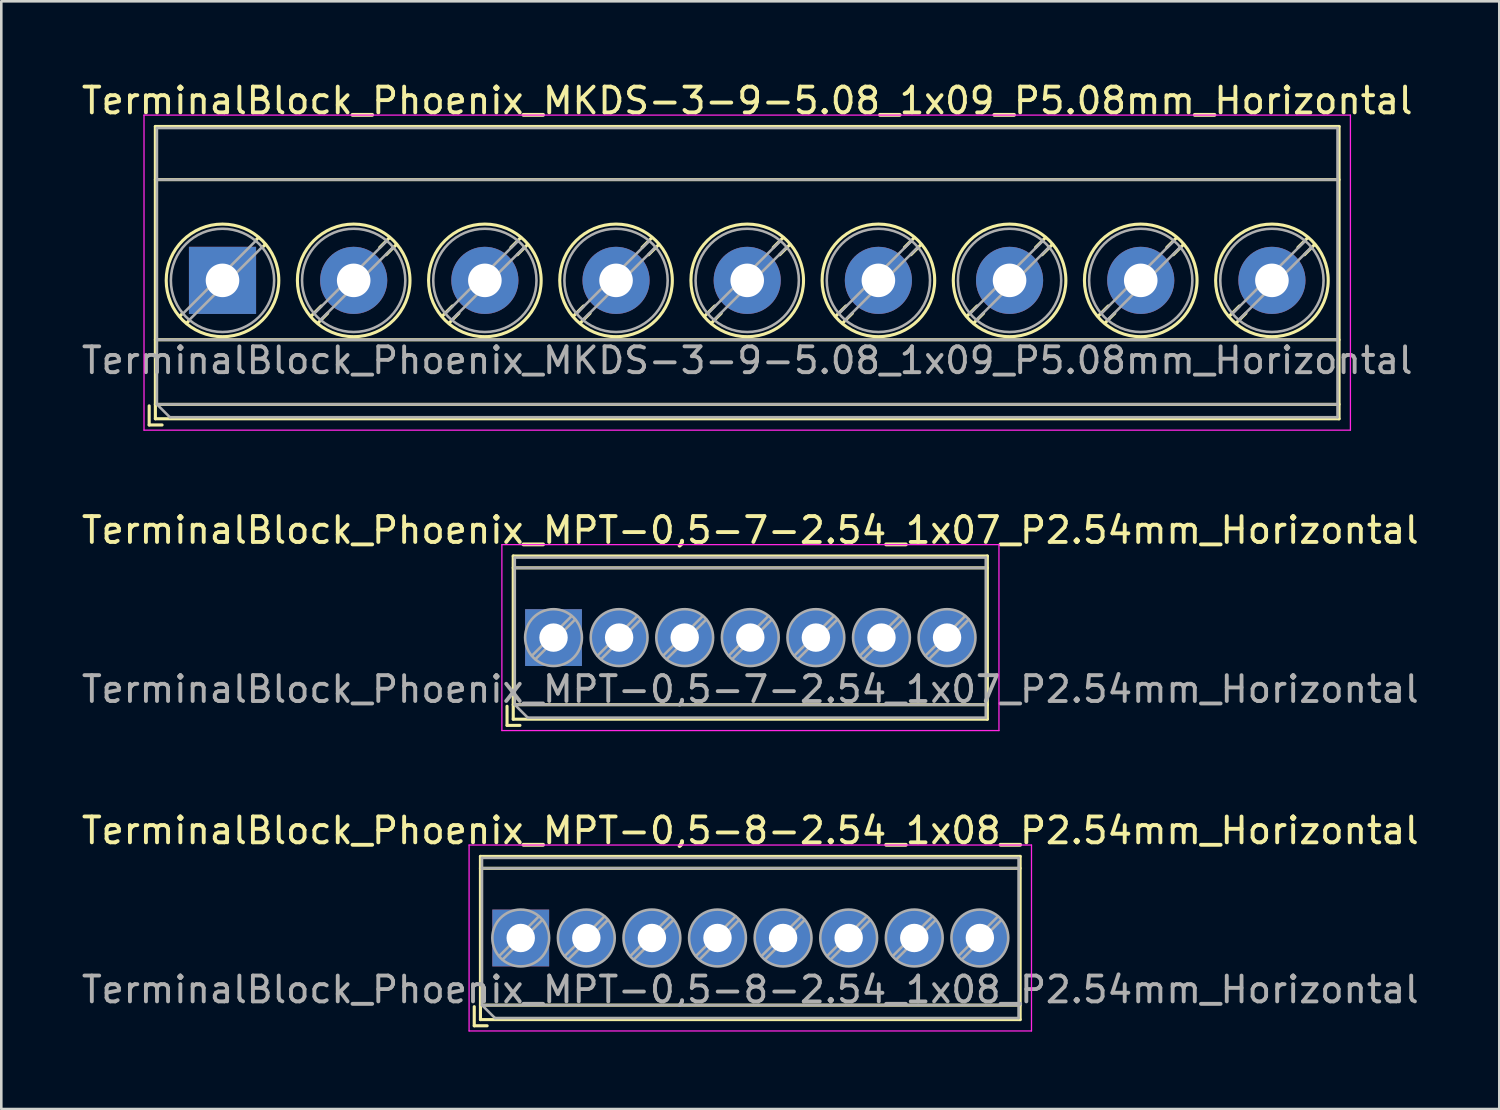
<source format=kicad_pcb>
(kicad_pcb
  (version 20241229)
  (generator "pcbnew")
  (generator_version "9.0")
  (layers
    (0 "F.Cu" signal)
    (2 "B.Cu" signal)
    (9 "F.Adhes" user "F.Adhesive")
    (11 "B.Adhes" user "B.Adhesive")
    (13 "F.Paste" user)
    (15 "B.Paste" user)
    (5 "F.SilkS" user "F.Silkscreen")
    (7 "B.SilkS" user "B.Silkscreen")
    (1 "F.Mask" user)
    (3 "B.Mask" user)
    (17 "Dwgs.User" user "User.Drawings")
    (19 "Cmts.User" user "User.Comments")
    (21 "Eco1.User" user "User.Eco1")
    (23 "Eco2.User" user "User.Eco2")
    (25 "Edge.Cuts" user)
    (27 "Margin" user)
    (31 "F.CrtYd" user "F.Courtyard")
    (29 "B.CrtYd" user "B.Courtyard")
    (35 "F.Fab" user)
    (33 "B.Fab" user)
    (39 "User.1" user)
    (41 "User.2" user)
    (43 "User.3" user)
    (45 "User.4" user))
  (footprint "TerminalBlock_Phoenix_MKDS-3-9-5.08_1x09_P5.08mm_Horizontal"
    (layer "F.Cu")
    (at 5.567 7.808)
    (property "Reference" "TerminalBlock_Phoenix_MKDS-3-9-5.08_1x09_P5.08mm_Horizontal" (at 20.32 -6.96 0) (layer "F.SilkS") (effects (font (size 1 1) (thickness 0.15))))
    (attr through_hole)
    (fp_line (start -2.84 4.86) (end -2.84 5.6) (stroke (width 0.12) (type solid)) (layer "F.SilkS"))
    (fp_line (start -2.84 5.6) (end -2.34 5.6) (stroke (width 0.12) (type solid)) (layer "F.SilkS"))
    (fp_line (start -2.6 -5.96) (end -2.6 5.36) (stroke (width 0.12) (type solid)) (layer "F.SilkS"))
    (fp_line (start -2.6 -5.96) (end 43.24 -5.96) (stroke (width 0.12) (type solid)) (layer "F.SilkS"))
    (fp_line (start -2.6 -3.9) (end 43.24 -3.9) (stroke (width 0.12) (type solid)) (layer "F.SilkS"))
    (fp_line (start -2.6 2.3) (end 43.24 2.3) (stroke (width 0.12) (type solid)) (layer "F.SilkS"))
    (fp_line (start -2.6 4.8) (end 43.24 4.8) (stroke (width 0.12) (type solid)) (layer "F.SilkS"))
    (fp_line (start -2.6 5.36) (end 43.24 5.36) (stroke (width 0.12) (type solid)) (layer "F.SilkS"))
    (fp_line (start -1.548 1.281) (end -1.654 1.388) (stroke (width 0.12) (type solid)) (layer "F.SilkS"))
    (fp_line (start -1.282 1.547) (end -1.388 1.654) (stroke (width 0.12) (type solid)) (layer "F.SilkS"))
    (fp_line (start 1.388 -1.654) (end 1.281 -1.547) (stroke (width 0.12) (type solid)) (layer "F.SilkS"))
    (fp_line (start 1.654 -1.388) (end 1.547 -1.281) (stroke (width 0.12) (type solid)) (layer "F.SilkS"))
    (fp_line (start 3.822 0.992) (end 3.427 1.388) (stroke (width 0.12) (type solid)) (layer "F.SilkS"))
    (fp_line (start 4.073 1.274) (end 3.693 1.654) (stroke (width 0.12) (type solid)) (layer "F.SilkS"))
    (fp_line (start 6.468 -1.654) (end 6.088 -1.274) (stroke (width 0.12) (type solid)) (layer "F.SilkS"))
    (fp_line (start 6.734 -1.388) (end 6.339 -0.992) (stroke (width 0.12) (type solid)) (layer "F.SilkS"))
    (fp_line (start 8.902 0.992) (end 8.507 1.388) (stroke (width 0.12) (type solid)) (layer "F.SilkS"))
    (fp_line (start 9.153 1.274) (end 8.773 1.654) (stroke (width 0.12) (type solid)) (layer "F.SilkS"))
    (fp_line (start 11.548 -1.654) (end 11.168 -1.274) (stroke (width 0.12) (type solid)) (layer "F.SilkS"))
    (fp_line (start 11.814 -1.388) (end 11.419 -0.992) (stroke (width 0.12) (type solid)) (layer "F.SilkS"))
    (fp_line (start 13.982 0.992) (end 13.587 1.388) (stroke (width 0.12) (type solid)) (layer "F.SilkS"))
    (fp_line (start 14.233 1.274) (end 13.853 1.654) (stroke (width 0.12) (type solid)) (layer "F.SilkS"))
    (fp_line (start 16.628 -1.654) (end 16.248 -1.274) (stroke (width 0.12) (type solid)) (layer "F.SilkS"))
    (fp_line (start 16.894 -1.388) (end 16.499 -0.992) (stroke (width 0.12) (type solid)) (layer "F.SilkS"))
    (fp_line (start 19.062 0.992) (end 18.667 1.388) (stroke (width 0.12) (type solid)) (layer "F.SilkS"))
    (fp_line (start 19.313 1.274) (end 18.933 1.654) (stroke (width 0.12) (type solid)) (layer "F.SilkS"))
    (fp_line (start 21.708 -1.654) (end 21.328 -1.274) (stroke (width 0.12) (type solid)) (layer "F.SilkS"))
    (fp_line (start 21.974 -1.388) (end 21.579 -0.992) (stroke (width 0.12) (type solid)) (layer "F.SilkS"))
    (fp_line (start 24.142 0.992) (end 23.747 1.388) (stroke (width 0.12) (type solid)) (layer "F.SilkS"))
    (fp_line (start 24.393 1.274) (end 24.013 1.654) (stroke (width 0.12) (type solid)) (layer "F.SilkS"))
    (fp_line (start 26.788 -1.654) (end 26.408 -1.274) (stroke (width 0.12) (type solid)) (layer "F.SilkS"))
    (fp_line (start 27.054 -1.388) (end 26.659 -0.992) (stroke (width 0.12) (type solid)) (layer "F.SilkS"))
    (fp_line (start 29.222 0.992) (end 28.827 1.388) (stroke (width 0.12) (type solid)) (layer "F.SilkS"))
    (fp_line (start 29.473 1.274) (end 29.093 1.654) (stroke (width 0.12) (type solid)) (layer "F.SilkS"))
    (fp_line (start 31.868 -1.654) (end 31.488 -1.274) (stroke (width 0.12) (type solid)) (layer "F.SilkS"))
    (fp_line (start 32.134 -1.388) (end 31.739 -0.992) (stroke (width 0.12) (type solid)) (layer "F.SilkS"))
    (fp_line (start 34.302 0.992) (end 33.907 1.388) (stroke (width 0.12) (type solid)) (layer "F.SilkS"))
    (fp_line (start 34.553 1.274) (end 34.173 1.654) (stroke (width 0.12) (type solid)) (layer "F.SilkS"))
    (fp_line (start 36.948 -1.654) (end 36.568 -1.274) (stroke (width 0.12) (type solid)) (layer "F.SilkS"))
    (fp_line (start 37.214 -1.388) (end 36.819 -0.992) (stroke (width 0.12) (type solid)) (layer "F.SilkS"))
    (fp_line (start 39.382 0.992) (end 38.987 1.388) (stroke (width 0.12) (type solid)) (layer "F.SilkS"))
    (fp_line (start 39.633 1.274) (end 39.253 1.654) (stroke (width 0.12) (type solid)) (layer "F.SilkS"))
    (fp_line (start 42.028 -1.654) (end 41.648 -1.274) (stroke (width 0.12) (type solid)) (layer "F.SilkS"))
    (fp_line (start 42.294 -1.388) (end 41.899 -0.992) (stroke (width 0.12) (type solid)) (layer "F.SilkS"))
    (fp_line (start 43.24 -5.96) (end 43.24 5.36) (stroke (width 0.12) (type solid)) (layer "F.SilkS"))
    (fp_circle (center 0 0) (end 2.18 0) (stroke (width 0.12) (type solid)) (fill no) (layer "F.SilkS"))
    (fp_circle (center 5.08 0) (end 7.26 0) (stroke (width 0.12) (type solid)) (fill no) (layer "F.SilkS"))
    (fp_circle (center 10.16 0) (end 12.34 0) (stroke (width 0.12) (type solid)) (fill no) (layer "F.SilkS"))
    (fp_circle (center 15.24 0) (end 17.42 0) (stroke (width 0.12) (type solid)) (fill no) (layer "F.SilkS"))
    (fp_circle (center 20.32 0) (end 22.5 0) (stroke (width 0.12) (type solid)) (fill no) (layer "F.SilkS"))
    (fp_circle (center 25.4 0) (end 27.58 0) (stroke (width 0.12) (type solid)) (fill no) (layer "F.SilkS"))
    (fp_circle (center 30.48 0) (end 32.66 0) (stroke (width 0.12) (type solid)) (fill no) (layer "F.SilkS"))
    (fp_circle (center 35.56 0) (end 37.74 0) (stroke (width 0.12) (type solid)) (fill no) (layer "F.SilkS"))
    (fp_circle (center 40.64 0) (end 42.82 0) (stroke (width 0.12) (type solid)) (fill no) (layer "F.SilkS"))
    (fp_line (start -3.04 -6.4) (end -3.04 5.8) (stroke (width 0.05) (type solid)) (layer "F.CrtYd"))
    (fp_line (start -3.04 5.8) (end 43.68 5.8) (stroke (width 0.05) (type solid)) (layer "F.CrtYd"))
    (fp_line (start 43.68 -6.4) (end -3.04 -6.4) (stroke (width 0.05) (type solid)) (layer "F.CrtYd"))
    (fp_line (start 43.68 5.8) (end 43.68 -6.4) (stroke (width 0.05) (type solid)) (layer "F.CrtYd"))
    (fp_line (start -2.54 -5.9) (end 43.18 -5.9) (stroke (width 0.1) (type solid)) (layer "F.Fab"))
    (fp_line (start -2.54 -3.9) (end 43.18 -3.9) (stroke (width 0.1) (type solid)) (layer "F.Fab"))
    (fp_line (start -2.54 2.3) (end 43.18 2.3) (stroke (width 0.1) (type solid)) (layer "F.Fab"))
    (fp_line (start -2.54 4.8) (end -2.54 -5.9) (stroke (width 0.1) (type solid)) (layer "F.Fab"))
    (fp_line (start -2.54 4.8) (end 43.18 4.8) (stroke (width 0.1) (type solid)) (layer "F.Fab"))
    (fp_line (start -2.04 5.3) (end -2.54 4.8) (stroke (width 0.1) (type solid)) (layer "F.Fab"))
    (fp_line (start 1.273 -1.517) (end -1.517 1.273) (stroke (width 0.1) (type solid)) (layer "F.Fab"))
    (fp_line (start 1.517 -1.273) (end -1.273 1.517) (stroke (width 0.1) (type solid)) (layer "F.Fab"))
    (fp_line (start 6.353 -1.517) (end 3.564 1.273) (stroke (width 0.1) (type solid)) (layer "F.Fab"))
    (fp_line (start 6.597 -1.273) (end 3.808 1.517) (stroke (width 0.1) (type solid)) (layer "F.Fab"))
    (fp_line (start 11.433 -1.517) (end 8.644 1.273) (stroke (width 0.1) (type solid)) (layer "F.Fab"))
    (fp_line (start 11.677 -1.273) (end 8.888 1.517) (stroke (width 0.1) (type solid)) (layer "F.Fab"))
    (fp_line (start 16.513 -1.517) (end 13.724 1.273) (stroke (width 0.1) (type solid)) (layer "F.Fab"))
    (fp_line (start 16.757 -1.273) (end 13.968 1.517) (stroke (width 0.1) (type solid)) (layer "F.Fab"))
    (fp_line (start 21.593 -1.517) (end 18.804 1.273) (stroke (width 0.1) (type solid)) (layer "F.Fab"))
    (fp_line (start 21.837 -1.273) (end 19.048 1.517) (stroke (width 0.1) (type solid)) (layer "F.Fab"))
    (fp_line (start 26.673 -1.517) (end 23.884 1.273) (stroke (width 0.1) (type solid)) (layer "F.Fab"))
    (fp_line (start 26.917 -1.273) (end 24.128 1.517) (stroke (width 0.1) (type solid)) (layer "F.Fab"))
    (fp_line (start 31.753 -1.517) (end 28.964 1.273) (stroke (width 0.1) (type solid)) (layer "F.Fab"))
    (fp_line (start 31.997 -1.273) (end 29.208 1.517) (stroke (width 0.1) (type solid)) (layer "F.Fab"))
    (fp_line (start 36.833 -1.517) (end 34.044 1.273) (stroke (width 0.1) (type solid)) (layer "F.Fab"))
    (fp_line (start 37.077 -1.273) (end 34.288 1.517) (stroke (width 0.1) (type solid)) (layer "F.Fab"))
    (fp_line (start 41.913 -1.517) (end 39.124 1.273) (stroke (width 0.1) (type solid)) (layer "F.Fab"))
    (fp_line (start 42.157 -1.273) (end 39.368 1.517) (stroke (width 0.1) (type solid)) (layer "F.Fab"))
    (fp_line (start 43.18 -5.9) (end 43.18 5.3) (stroke (width 0.1) (type solid)) (layer "F.Fab"))
    (fp_line (start 43.18 5.3) (end -2.04 5.3) (stroke (width 0.1) (type solid)) (layer "F.Fab"))
    (fp_circle (center 0 0) (end 2 0) (stroke (width 0.1) (type solid)) (fill no) (layer "F.Fab"))
    (fp_circle (center 5.08 0) (end 7.08 0) (stroke (width 0.1) (type solid)) (fill no) (layer "F.Fab"))
    (fp_circle (center 10.16 0) (end 12.16 0) (stroke (width 0.1) (type solid)) (fill no) (layer "F.Fab"))
    (fp_circle (center 15.24 0) (end 17.24 0) (stroke (width 0.1) (type solid)) (fill no) (layer "F.Fab"))
    (fp_circle (center 20.32 0) (end 22.32 0) (stroke (width 0.1) (type solid)) (fill no) (layer "F.Fab"))
    (fp_circle (center 25.4 0) (end 27.4 0) (stroke (width 0.1) (type solid)) (fill no) (layer "F.Fab"))
    (fp_circle (center 30.48 0) (end 32.48 0) (stroke (width 0.1) (type solid)) (fill no) (layer "F.Fab"))
    (fp_circle (center 35.56 0) (end 37.56 0) (stroke (width 0.1) (type solid)) (fill no) (layer "F.Fab"))
    (fp_circle (center 40.64 0) (end 42.64 0) (stroke (width 0.1) (type solid)) (fill no) (layer "F.Fab"))
    (fp_text user "${REFERENCE}" (at 20.32 3.1 0) (layer "F.Fab") (effects (font (size 1 1) (thickness 0.15))))
    (pad "1" thru_hole rect (at 0 0) (size 2.6 2.6) (drill 1.3) (layers "*.Cu" "*.Mask"))
    (pad "2" thru_hole circle (at 5.08 0) (size 2.6 2.6) (drill 1.3) (layers "*.Cu" "*.Mask"))
    (pad "3" thru_hole circle (at 10.16 0) (size 2.6 2.6) (drill 1.3) (layers "*.Cu" "*.Mask"))
    (pad "4" thru_hole circle (at 15.24 0) (size 2.6 2.6) (drill 1.3) (layers "*.Cu" "*.Mask"))
    (pad "5" thru_hole circle (at 20.32 0) (size 2.6 2.6) (drill 1.3) (layers "*.Cu" "*.Mask"))
    (pad "6" thru_hole circle (at 25.4 0) (size 2.6 2.6) (drill 1.3) (layers "*.Cu" "*.Mask"))
    (pad "7" thru_hole circle (at 30.48 0) (size 2.6 2.6) (drill 1.3) (layers "*.Cu" "*.Mask"))
    (pad "8" thru_hole circle (at 35.56 0) (size 2.6 2.6) (drill 1.3) (layers "*.Cu" "*.Mask"))
    (pad "9" thru_hole circle (at 40.64 0) (size 2.6 2.6) (drill 1.3) (layers "*.Cu" "*.Mask")))
  (footprint "TerminalBlock_Phoenix_MPT-0,5-7-2.54_1x07_P2.54mm_Horizontal"
    (layer "F.Cu")
    (at 18.386 21.642)
    (property "Reference" "TerminalBlock_Phoenix_MPT-0,5-7-2.54_1x07_P2.54mm_Horizontal" (at 7.62 -4.16 0) (layer "F.SilkS") (effects (font (size 1 1) (thickness 0.15))))
    (attr through_hole)
    (fp_line (start -1.8 2.66) (end -1.8 3.4) (stroke (width 0.12) (type solid)) (layer "F.SilkS"))
    (fp_line (start -1.8 3.4) (end -1.3 3.4) (stroke (width 0.12) (type solid)) (layer "F.SilkS"))
    (fp_line (start -1.56 -3.16) (end -1.56 3.16) (stroke (width 0.12) (type solid)) (layer "F.SilkS"))
    (fp_line (start -1.56 -3.16) (end 16.801 -3.16) (stroke (width 0.12) (type solid)) (layer "F.SilkS"))
    (fp_line (start -1.56 -2.7) (end 16.801 -2.7) (stroke (width 0.12) (type solid)) (layer "F.SilkS"))
    (fp_line (start -1.56 2.6) (end 16.801 2.6) (stroke (width 0.12) (type solid)) (layer "F.SilkS"))
    (fp_line (start -1.56 3.16) (end 16.801 3.16) (stroke (width 0.12) (type solid)) (layer "F.SilkS"))
    (fp_line (start 16.801 -3.16) (end 16.801 3.16) (stroke (width 0.12) (type solid)) (layer "F.SilkS"))
    (fp_line (start -2 -3.6) (end -2 3.6) (stroke (width 0.05) (type solid)) (layer "F.CrtYd"))
    (fp_line (start -2 3.6) (end 17.25 3.6) (stroke (width 0.05) (type solid)) (layer "F.CrtYd"))
    (fp_line (start 17.25 -3.6) (end -2 -3.6) (stroke (width 0.05) (type solid)) (layer "F.CrtYd"))
    (fp_line (start 17.25 3.6) (end 17.25 -3.6) (stroke (width 0.05) (type solid)) (layer "F.CrtYd"))
    (fp_line (start -1.5 -3.1) (end 16.74 -3.1) (stroke (width 0.1) (type solid)) (layer "F.Fab"))
    (fp_line (start -1.5 -2.7) (end 16.74 -2.7) (stroke (width 0.1) (type solid)) (layer "F.Fab"))
    (fp_line (start -1.5 2.6) (end -1.5 -3.1) (stroke (width 0.1) (type solid)) (layer "F.Fab"))
    (fp_line (start -1.5 2.6) (end 16.74 2.6) (stroke (width 0.1) (type solid)) (layer "F.Fab"))
    (fp_line (start -1 3.1) (end -1.5 2.6) (stroke (width 0.1) (type solid)) (layer "F.Fab"))
    (fp_line (start 0.701 -0.835) (end -0.835 0.7) (stroke (width 0.1) (type solid)) (layer "F.Fab"))
    (fp_line (start 0.835 -0.7) (end -0.701 0.835) (stroke (width 0.1) (type solid)) (layer "F.Fab"))
    (fp_line (start 3.241 -0.835) (end 1.706 0.7) (stroke (width 0.1) (type solid)) (layer "F.Fab"))
    (fp_line (start 3.375 -0.7) (end 1.84 0.835) (stroke (width 0.1) (type solid)) (layer "F.Fab"))
    (fp_line (start 5.781 -0.835) (end 4.246 0.7) (stroke (width 0.1) (type solid)) (layer "F.Fab"))
    (fp_line (start 5.915 -0.7) (end 4.38 0.835) (stroke (width 0.1) (type solid)) (layer "F.Fab"))
    (fp_line (start 8.321 -0.835) (end 6.786 0.7) (stroke (width 0.1) (type solid)) (layer "F.Fab"))
    (fp_line (start 8.455 -0.7) (end 6.92 0.835) (stroke (width 0.1) (type solid)) (layer "F.Fab"))
    (fp_line (start 10.861 -0.835) (end 9.326 0.7) (stroke (width 0.1) (type solid)) (layer "F.Fab"))
    (fp_line (start 10.995 -0.7) (end 9.46 0.835) (stroke (width 0.1) (type solid)) (layer "F.Fab"))
    (fp_line (start 13.401 -0.835) (end 11.866 0.7) (stroke (width 0.1) (type solid)) (layer "F.Fab"))
    (fp_line (start 13.535 -0.7) (end 12 0.835) (stroke (width 0.1) (type solid)) (layer "F.Fab"))
    (fp_line (start 15.941 -0.835) (end 14.406 0.7) (stroke (width 0.1) (type solid)) (layer "F.Fab"))
    (fp_line (start 16.075 -0.7) (end 14.54 0.835) (stroke (width 0.1) (type solid)) (layer "F.Fab"))
    (fp_line (start 16.74 -3.1) (end 16.74 3.1) (stroke (width 0.1) (type solid)) (layer "F.Fab"))
    (fp_line (start 16.74 3.1) (end -1 3.1) (stroke (width 0.1) (type solid)) (layer "F.Fab"))
    (fp_circle (center 0 0) (end 1.1 0) (stroke (width 0.1) (type solid)) (fill no) (layer "F.Fab"))
    (fp_circle (center 2.54 0) (end 3.64 0) (stroke (width 0.1) (type solid)) (fill no) (layer "F.Fab"))
    (fp_circle (center 5.08 0) (end 6.18 0) (stroke (width 0.1) (type solid)) (fill no) (layer "F.Fab"))
    (fp_circle (center 7.62 0) (end 8.72 0) (stroke (width 0.1) (type solid)) (fill no) (layer "F.Fab"))
    (fp_circle (center 10.16 0) (end 11.26 0) (stroke (width 0.1) (type solid)) (fill no) (layer "F.Fab"))
    (fp_circle (center 12.7 0) (end 13.8 0) (stroke (width 0.1) (type solid)) (fill no) (layer "F.Fab"))
    (fp_circle (center 15.24 0) (end 16.34 0) (stroke (width 0.1) (type solid)) (fill no) (layer "F.Fab"))
    (fp_text user "${REFERENCE}" (at 7.62 2 0) (layer "F.Fab") (effects (font (size 1 1) (thickness 0.15))))
    (pad "1" thru_hole rect (at 0 0) (size 2.2 2.2) (drill 1.1) (layers "*.Cu" "*.Mask"))
    (pad "2" thru_hole circle (at 2.54 0) (size 2.2 2.2) (drill 1.1) (layers "*.Cu" "*.Mask"))
    (pad "3" thru_hole circle (at 5.08 0) (size 2.2 2.2) (drill 1.1) (layers "*.Cu" "*.Mask"))
    (pad "4" thru_hole circle (at 7.62 0) (size 2.2 2.2) (drill 1.1) (layers "*.Cu" "*.Mask"))
    (pad "5" thru_hole circle (at 10.16 0) (size 2.2 2.2) (drill 1.1) (layers "*.Cu" "*.Mask"))
    (pad "6" thru_hole circle (at 12.7 0) (size 2.2 2.2) (drill 1.1) (layers "*.Cu" "*.Mask"))
    (pad "7" thru_hole circle (at 15.24 0) (size 2.2 2.2) (drill 1.1) (layers "*.Cu" "*.Mask")))
  (footprint "TerminalBlock_Phoenix_MPT-0,5-8-2.54_1x08_P2.54mm_Horizontal"
    (layer "F.Cu")
    (at 17.116 33.275)
    (property "Reference" "TerminalBlock_Phoenix_MPT-0,5-8-2.54_1x08_P2.54mm_Horizontal" (at 8.89 -4.16 0) (layer "F.SilkS") (effects (font (size 1 1) (thickness 0.15))))
    (attr through_hole)
    (fp_line (start -1.8 2.66) (end -1.8 3.4) (stroke (width 0.12) (type solid)) (layer "F.SilkS"))
    (fp_line (start -1.8 3.4) (end -1.3 3.4) (stroke (width 0.12) (type solid)) (layer "F.SilkS"))
    (fp_line (start -1.56 -3.16) (end -1.56 3.16) (stroke (width 0.12) (type solid)) (layer "F.SilkS"))
    (fp_line (start -1.56 -3.16) (end 19.341 -3.16) (stroke (width 0.12) (type solid)) (layer "F.SilkS"))
    (fp_line (start -1.56 -2.7) (end 19.341 -2.7) (stroke (width 0.12) (type solid)) (layer "F.SilkS"))
    (fp_line (start -1.56 2.6) (end 19.341 2.6) (stroke (width 0.12) (type solid)) (layer "F.SilkS"))
    (fp_line (start -1.56 3.16) (end 19.341 3.16) (stroke (width 0.12) (type solid)) (layer "F.SilkS"))
    (fp_line (start 19.341 -3.16) (end 19.341 3.16) (stroke (width 0.12) (type solid)) (layer "F.SilkS"))
    (fp_line (start -2 -3.6) (end -2 3.6) (stroke (width 0.05) (type solid)) (layer "F.CrtYd"))
    (fp_line (start -2 3.6) (end 19.78 3.6) (stroke (width 0.05) (type solid)) (layer "F.CrtYd"))
    (fp_line (start 19.78 -3.6) (end -2 -3.6) (stroke (width 0.05) (type solid)) (layer "F.CrtYd"))
    (fp_line (start 19.78 3.6) (end 19.78 -3.6) (stroke (width 0.05) (type solid)) (layer "F.CrtYd"))
    (fp_line (start -1.5 -3.1) (end 19.28 -3.1) (stroke (width 0.1) (type solid)) (layer "F.Fab"))
    (fp_line (start -1.5 -2.7) (end 19.28 -2.7) (stroke (width 0.1) (type solid)) (layer "F.Fab"))
    (fp_line (start -1.5 2.6) (end -1.5 -3.1) (stroke (width 0.1) (type solid)) (layer "F.Fab"))
    (fp_line (start -1.5 2.6) (end 19.28 2.6) (stroke (width 0.1) (type solid)) (layer "F.Fab"))
    (fp_line (start -1 3.1) (end -1.5 2.6) (stroke (width 0.1) (type solid)) (layer "F.Fab"))
    (fp_line (start 0.701 -0.835) (end -0.835 0.7) (stroke (width 0.1) (type solid)) (layer "F.Fab"))
    (fp_line (start 0.835 -0.7) (end -0.701 0.835) (stroke (width 0.1) (type solid)) (layer "F.Fab"))
    (fp_line (start 3.241 -0.835) (end 1.706 0.7) (stroke (width 0.1) (type solid)) (layer "F.Fab"))
    (fp_line (start 3.375 -0.7) (end 1.84 0.835) (stroke (width 0.1) (type solid)) (layer "F.Fab"))
    (fp_line (start 5.781 -0.835) (end 4.246 0.7) (stroke (width 0.1) (type solid)) (layer "F.Fab"))
    (fp_line (start 5.915 -0.7) (end 4.38 0.835) (stroke (width 0.1) (type solid)) (layer "F.Fab"))
    (fp_line (start 8.321 -0.835) (end 6.786 0.7) (stroke (width 0.1) (type solid)) (layer "F.Fab"))
    (fp_line (start 8.455 -0.7) (end 6.92 0.835) (stroke (width 0.1) (type solid)) (layer "F.Fab"))
    (fp_line (start 10.861 -0.835) (end 9.326 0.7) (stroke (width 0.1) (type solid)) (layer "F.Fab"))
    (fp_line (start 10.995 -0.7) (end 9.46 0.835) (stroke (width 0.1) (type solid)) (layer "F.Fab"))
    (fp_line (start 13.401 -0.835) (end 11.866 0.7) (stroke (width 0.1) (type solid)) (layer "F.Fab"))
    (fp_line (start 13.535 -0.7) (end 12 0.835) (stroke (width 0.1) (type solid)) (layer "F.Fab"))
    (fp_line (start 15.941 -0.835) (end 14.406 0.7) (stroke (width 0.1) (type solid)) (layer "F.Fab"))
    (fp_line (start 16.075 -0.7) (end 14.54 0.835) (stroke (width 0.1) (type solid)) (layer "F.Fab"))
    (fp_line (start 18.481 -0.835) (end 16.946 0.7) (stroke (width 0.1) (type solid)) (layer "F.Fab"))
    (fp_line (start 18.615 -0.7) (end 17.08 0.835) (stroke (width 0.1) (type solid)) (layer "F.Fab"))
    (fp_line (start 19.28 -3.1) (end 19.28 3.1) (stroke (width 0.1) (type solid)) (layer "F.Fab"))
    (fp_line (start 19.28 3.1) (end -1 3.1) (stroke (width 0.1) (type solid)) (layer "F.Fab"))
    (fp_circle (center 0 0) (end 1.1 0) (stroke (width 0.1) (type solid)) (fill no) (layer "F.Fab"))
    (fp_circle (center 2.54 0) (end 3.64 0) (stroke (width 0.1) (type solid)) (fill no) (layer "F.Fab"))
    (fp_circle (center 5.08 0) (end 6.18 0) (stroke (width 0.1) (type solid)) (fill no) (layer "F.Fab"))
    (fp_circle (center 7.62 0) (end 8.72 0) (stroke (width 0.1) (type solid)) (fill no) (layer "F.Fab"))
    (fp_circle (center 10.16 0) (end 11.26 0) (stroke (width 0.1) (type solid)) (fill no) (layer "F.Fab"))
    (fp_circle (center 12.7 0) (end 13.8 0) (stroke (width 0.1) (type solid)) (fill no) (layer "F.Fab"))
    (fp_circle (center 15.24 0) (end 16.34 0) (stroke (width 0.1) (type solid)) (fill no) (layer "F.Fab"))
    (fp_circle (center 17.78 0) (end 18.88 0) (stroke (width 0.1) (type solid)) (fill no) (layer "F.Fab"))
    (fp_text user "${REFERENCE}" (at 8.89 2 0) (layer "F.Fab") (effects (font (size 1 1) (thickness 0.15))))
    (pad "1" thru_hole rect (at 0 0) (size 2.2 2.2) (drill 1.1) (layers "*.Cu" "*.Mask"))
    (pad "2" thru_hole circle (at 2.54 0) (size 2.2 2.2) (drill 1.1) (layers "*.Cu" "*.Mask"))
    (pad "3" thru_hole circle (at 5.08 0) (size 2.2 2.2) (drill 1.1) (layers "*.Cu" "*.Mask"))
    (pad "4" thru_hole circle (at 7.62 0) (size 2.2 2.2) (drill 1.1) (layers "*.Cu" "*.Mask"))
    (pad "5" thru_hole circle (at 10.16 0) (size 2.2 2.2) (drill 1.1) (layers "*.Cu" "*.Mask"))
    (pad "6" thru_hole circle (at 12.7 0) (size 2.2 2.2) (drill 1.1) (layers "*.Cu" "*.Mask"))
    (pad "7" thru_hole circle (at 15.24 0) (size 2.2 2.2) (drill 1.1) (layers "*.Cu" "*.Mask"))
    (pad "8" thru_hole circle (at 17.78 0) (size 2.2 2.2) (drill 1.1) (layers "*.Cu" "*.Mask")))
  (gr_rect
    (start -3 -3)
    (end 55.012 39.9)
    (stroke (width 0.1) (type default))
    (fill no)
    (layer "Edge.Cuts")))
</source>
